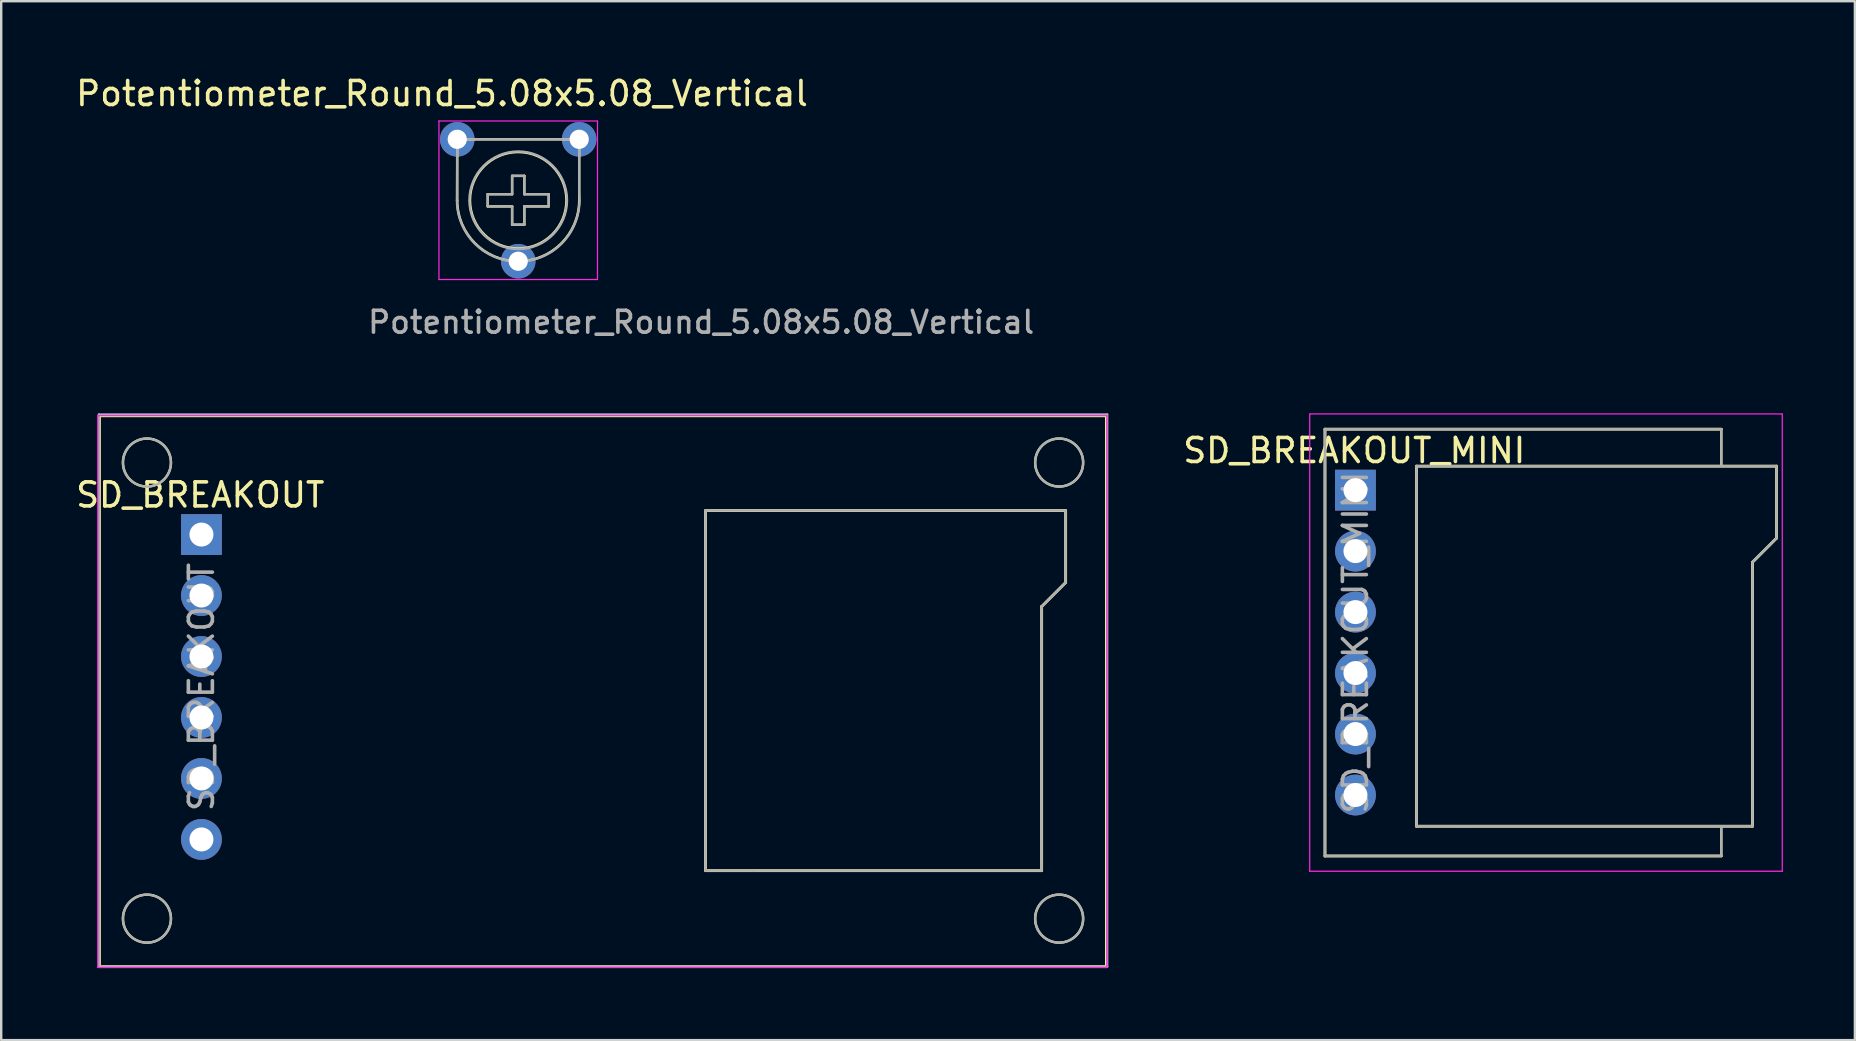
<source format=kicad_pcb>
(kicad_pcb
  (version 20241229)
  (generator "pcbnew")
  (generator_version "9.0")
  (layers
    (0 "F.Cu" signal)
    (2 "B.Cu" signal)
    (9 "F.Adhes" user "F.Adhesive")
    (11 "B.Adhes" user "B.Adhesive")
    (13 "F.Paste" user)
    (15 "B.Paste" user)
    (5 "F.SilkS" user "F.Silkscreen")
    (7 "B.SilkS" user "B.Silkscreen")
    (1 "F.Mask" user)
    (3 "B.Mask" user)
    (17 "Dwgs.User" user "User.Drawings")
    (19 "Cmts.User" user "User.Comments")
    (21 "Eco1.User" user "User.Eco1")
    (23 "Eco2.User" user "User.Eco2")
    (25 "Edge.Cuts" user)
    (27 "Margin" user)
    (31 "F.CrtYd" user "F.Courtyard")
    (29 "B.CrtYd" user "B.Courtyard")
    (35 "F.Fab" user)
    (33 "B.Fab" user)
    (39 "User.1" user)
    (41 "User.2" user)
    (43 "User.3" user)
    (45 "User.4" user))
  (footprint "Potentiometer_Round_5.08x5.08_Vertical"
    (layer "F.Cu")
    (at 21.078 2.753)
    (property "Reference" "Potentiometer_Round_5.08x5.08_Vertical" (at -5.715 -1.905 0) (layer "F.SilkS") (effects (font (size 1 1) (thickness 0.15))))
    (attr through_hole)
    (fp_line (start -5.08 0) (end -5.08 2.54) (stroke (width 0.1) (type default)) (layer "F.SilkS"))
    (fp_line (start -3.81 2.286) (end -2.794 2.286) (stroke (width 0.1) (type default)) (layer "F.SilkS"))
    (fp_line (start -3.81 2.794) (end -3.81 2.286) (stroke (width 0.1) (type default)) (layer "F.SilkS"))
    (fp_line (start -2.794 1.524) (end -2.286 1.524) (stroke (width 0.1) (type default)) (layer "F.SilkS"))
    (fp_line (start -2.794 2.286) (end -2.794 1.524) (stroke (width 0.1) (type default)) (layer "F.SilkS"))
    (fp_line (start -2.794 2.794) (end -3.81 2.794) (stroke (width 0.1) (type default)) (layer "F.SilkS"))
    (fp_line (start -2.794 3.556) (end -2.794 2.794) (stroke (width 0.1) (type default)) (layer "F.SilkS"))
    (fp_line (start -2.286 1.524) (end -2.286 2.286) (stroke (width 0.1) (type default)) (layer "F.SilkS"))
    (fp_line (start -2.286 2.286) (end -1.27 2.286) (stroke (width 0.1) (type default)) (layer "F.SilkS"))
    (fp_line (start -2.286 2.794) (end -2.286 3.556) (stroke (width 0.1) (type default)) (layer "F.SilkS"))
    (fp_line (start -2.286 3.556) (end -2.794 3.556) (stroke (width 0.1) (type default)) (layer "F.SilkS"))
    (fp_line (start -1.27 2.286) (end -1.27 2.794) (stroke (width 0.1) (type default)) (layer "F.SilkS"))
    (fp_line (start -1.27 2.794) (end -2.286 2.794) (stroke (width 0.1) (type default)) (layer "F.SilkS"))
    (fp_line (start 0 0) (end -5.08 0) (stroke (width 0.1) (type default)) (layer "F.SilkS"))
    (fp_line (start 0 2.54) (end 0 0) (stroke (width 0.1) (type default)) (layer "F.SilkS"))
    (fp_arc (start 0 2.54) (mid -2.54 5.08) (end -5.08 2.54) (stroke (width 0.1) (type default)) (layer "F.SilkS"))
    (fp_circle (center -2.54 2.54) (end -0.635 1.905) (stroke (width 0.1) (type default)) (fill no) (layer "F.SilkS"))
    (fp_line (start -5.842 -0.762) (end 0.762 -0.762) (stroke (width 0.05) (type default)) (layer "F.CrtYd"))
    (fp_line (start -5.842 5.842) (end -5.842 -0.762) (stroke (width 0.05) (type default)) (layer "F.CrtYd"))
    (fp_line (start 0.762 -0.762) (end 0.762 5.842) (stroke (width 0.05) (type default)) (layer "F.CrtYd"))
    (fp_line (start 0.762 5.842) (end -5.842 5.842) (stroke (width 0.05) (type default)) (layer "F.CrtYd"))
    (fp_line (start -5.093 2.54) (end -5.08 0) (stroke (width 0.1) (type default)) (layer "F.Fab"))
    (fp_line (start -5.08 0) (end 0 0) (stroke (width 0.1) (type default)) (layer "F.Fab"))
    (fp_line (start -3.81 2.286) (end -2.794 2.286) (stroke (width 0.1) (type default)) (layer "F.Fab"))
    (fp_line (start -3.81 2.794) (end -3.81 2.286) (stroke (width 0.1) (type default)) (layer "F.Fab"))
    (fp_line (start -2.794 1.524) (end -2.286 1.524) (stroke (width 0.1) (type default)) (layer "F.Fab"))
    (fp_line (start -2.794 2.286) (end -2.794 1.524) (stroke (width 0.1) (type default)) (layer "F.Fab"))
    (fp_line (start -2.794 2.794) (end -3.81 2.794) (stroke (width 0.1) (type default)) (layer "F.Fab"))
    (fp_line (start -2.794 3.556) (end -2.794 2.794) (stroke (width 0.1) (type default)) (layer "F.Fab"))
    (fp_line (start -2.286 1.524) (end -2.286 2.286) (stroke (width 0.1) (type default)) (layer "F.Fab"))
    (fp_line (start -2.286 2.286) (end -1.27 2.286) (stroke (width 0.1) (type default)) (layer "F.Fab"))
    (fp_line (start -2.286 2.794) (end -2.286 3.556) (stroke (width 0.1) (type default)) (layer "F.Fab"))
    (fp_line (start -2.286 3.556) (end -2.794 3.556) (stroke (width 0.1) (type default)) (layer "F.Fab"))
    (fp_line (start -1.27 2.286) (end -1.27 2.794) (stroke (width 0.1) (type default)) (layer "F.Fab"))
    (fp_line (start -1.27 2.794) (end -2.286 2.794) (stroke (width 0.1) (type default)) (layer "F.Fab"))
    (fp_line (start 0 0) (end 0 2.286) (stroke (width 0.1) (type default)) (layer "F.Fab"))
    (fp_arc (start 0 2.286) (mid -2.412842 5.089499) (end -5.092668 2.54) (stroke (width 0.1) (type default)) (layer "F.Fab"))
    (fp_circle (center -2.54 2.54) (end -0.508 2.54) (stroke (width 0.1) (type default)) (fill no) (layer "F.Fab"))
    (fp_text user "${REFERENCE}" (at 5.08 7.62 0) (layer "F.Fab") (effects (font (size 0.91 0.91) (thickness 0.15))))
    (pad "1" thru_hole circle (at 0 0) (size 1.44 1.44) (drill 0.8) (layers "*.Cu" "*.Mask"))
    (pad "2" thru_hole circle (at -2.54 5.08) (size 1.44 1.44) (drill 0.8) (layers "*.Cu" "*.Mask"))
    (pad "3" thru_hole circle (at -5.08 0) (size 1.44 1.44) (drill 0.8) (layers "*.Cu" "*.Mask")))
  (footprint "SD_BREAKOUT_MINI"
    (layer "F.Cu")
    (at 53.416 17.369)
    (property "Reference" "SD_BREAKOUT_MINI" (at -0.05 -1.65 180) (layer "F.SilkS") (effects (font (size 1 1) (thickness 0.15))))
    (attr through_hole)
    (fp_line (start -1.27 -2.54) (end -1.27 15.24) (stroke (width 0.12) (type solid)) (layer "F.SilkS"))
    (fp_line (start -1.27 15.24) (end 15.24 15.24) (stroke (width 0.12) (type solid)) (layer "F.SilkS"))
    (fp_line (start 2.54 -1) (end 2.54 14) (stroke (width 0.12) (type solid)) (layer "F.SilkS"))
    (fp_line (start 2.54 14) (end 16.54 14) (stroke (width 0.12) (type solid)) (layer "F.SilkS"))
    (fp_line (start 15.24 -2.54) (end -1.27 -2.54) (stroke (width 0.12) (type solid)) (layer "F.SilkS"))
    (fp_line (start 15.24 -2.54) (end 15.24 -1.016) (stroke (width 0.1) (type default)) (layer "F.SilkS"))
    (fp_line (start 15.24 15.24) (end 15.24 14.021) (stroke (width 0.1) (type default)) (layer "F.SilkS"))
    (fp_line (start 16.54 3) (end 17.54 2) (stroke (width 0.12) (type solid)) (layer "F.SilkS"))
    (fp_line (start 16.54 14) (end 16.54 3) (stroke (width 0.12) (type solid)) (layer "F.SilkS"))
    (fp_line (start 17.54 -1) (end 2.54 -1) (stroke (width 0.12) (type solid)) (layer "F.SilkS"))
    (fp_line (start 17.54 2) (end 17.54 -1) (stroke (width 0.12) (type solid)) (layer "F.SilkS"))
    (fp_line (start -1.905 -3.175) (end -1.905 15.875) (stroke (width 0.05) (type default)) (layer "F.CrtYd"))
    (fp_line (start -1.905 15.875) (end 17.78 15.875) (stroke (width 0.05) (type default)) (layer "F.CrtYd"))
    (fp_line (start 17.78 -3.175) (end -1.905 -3.175) (stroke (width 0.05) (type default)) (layer "F.CrtYd"))
    (fp_line (start 17.78 15.875) (end 17.78 -3.175) (stroke (width 0.05) (type default)) (layer "F.CrtYd"))
    (fp_line (start -1.27 -2.54) (end 15.24 -2.54) (stroke (width 0.1) (type default)) (layer "F.Fab"))
    (fp_line (start -1.27 15.24) (end -1.27 -2.54) (stroke (width 0.1) (type default)) (layer "F.Fab"))
    (fp_line (start -1.27 15.24) (end 15.24 15.24) (stroke (width 0.1) (type default)) (layer "F.Fab"))
    (fp_line (start 2.54 -1) (end 17.54 -1) (stroke (width 0.1) (type solid)) (layer "F.Fab"))
    (fp_line (start 2.54 14) (end 2.54 -1) (stroke (width 0.1) (type solid)) (layer "F.Fab"))
    (fp_line (start 4.54 14) (end 2.54 14) (stroke (width 0.1) (type solid)) (layer "F.Fab"))
    (fp_line (start 15.24 -2.54) (end 15.24 -1.016) (stroke (width 0.1) (type default)) (layer "F.Fab"))
    (fp_line (start 15.24 15.24) (end 15.24 14.021) (stroke (width 0.1) (type default)) (layer "F.Fab"))
    (fp_line (start 16.54 3) (end 16.54 14) (stroke (width 0.1) (type solid)) (layer "F.Fab"))
    (fp_line (start 16.54 14) (end 4.54 14) (stroke (width 0.1) (type solid)) (layer "F.Fab"))
    (fp_line (start 17.54 -1) (end 17.54 2) (stroke (width 0.1) (type solid)) (layer "F.Fab"))
    (fp_line (start 17.54 2) (end 16.54 3) (stroke (width 0.1) (type solid)) (layer "F.Fab"))
    (fp_text user "${REFERENCE}" (at 0 6.35 270) (layer "F.Fab") (effects (font (size 1 1) (thickness 0.15))))
    (pad "1" thru_hole rect (at 0 0) (size 1.7 1.7) (drill 1) (layers "*.Cu" "*.Mask"))
    (pad "2" thru_hole oval (at 0 2.54) (size 1.7 1.7) (drill 1) (layers "*.Cu" "*.Mask"))
    (pad "3" thru_hole oval (at 0 5.08) (size 1.7 1.7) (drill 1) (layers "*.Cu" "*.Mask"))
    (pad "4" thru_hole oval (at 0 7.62) (size 1.7 1.7) (drill 1) (layers "*.Cu" "*.Mask"))
    (pad "5" thru_hole oval (at 0 10.16) (size 1.7 1.7) (drill 1) (layers "*.Cu" "*.Mask"))
    (pad "6" thru_hole oval (at 0 12.7) (size 1.7 1.7) (drill 1) (layers "*.Cu" "*.Mask")))
  (footprint "SD_BREAKOUT"
    (layer "F.Cu")
    (at 5.342 19.219)
    (property "Reference" "SD_BREAKOUT" (at -0.05 -1.65 180) (layer "F.SilkS") (effects (font (size 1 1) (thickness 0.15))))
    (attr through_hole)
    (fp_line (start -4.25 -4.95) (end -4.25 18) (stroke (width 0.12) (type solid)) (layer "F.SilkS"))
    (fp_line (start -4.25 18) (end 37.7 18) (stroke (width 0.12) (type solid)) (layer "F.SilkS"))
    (fp_line (start 21 -1) (end 21 14) (stroke (width 0.12) (type solid)) (layer "F.SilkS"))
    (fp_line (start 21 14) (end 35 14) (stroke (width 0.12) (type solid)) (layer "F.SilkS"))
    (fp_line (start 35 3) (end 36 2) (stroke (width 0.12) (type solid)) (layer "F.SilkS"))
    (fp_line (start 35 14) (end 35 3) (stroke (width 0.12) (type solid)) (layer "F.SilkS"))
    (fp_line (start 36 -1) (end 21 -1) (stroke (width 0.12) (type solid)) (layer "F.SilkS"))
    (fp_line (start 36 2) (end 36 -1) (stroke (width 0.12) (type solid)) (layer "F.SilkS"))
    (fp_line (start 37.7 -4.95) (end -4.25 -4.95) (stroke (width 0.12) (type solid)) (layer "F.SilkS"))
    (fp_line (start 37.7 18) (end 37.7 -4.95) (stroke (width 0.12) (type solid)) (layer "F.SilkS"))
    (fp_circle (center -2.27 -3) (end -1.27 -3) (stroke (width 0.1) (type solid)) (fill no) (layer "F.SilkS"))
    (fp_circle (center -2.27 16) (end -1.27 16) (stroke (width 0.1) (type solid)) (fill no) (layer "F.SilkS"))
    (fp_circle (center 35.73 -3) (end 36.73 -3) (stroke (width 0.1) (type solid)) (fill no) (layer "F.SilkS"))
    (fp_circle (center 35.73 16) (end 36.73 16) (stroke (width 0.1) (type solid)) (fill no) (layer "F.SilkS"))
    (fp_line (start -4.318 -4.953) (end -4.318 18.034) (stroke (width 0.05) (type solid)) (layer "F.CrtYd"))
    (fp_line (start -4.318 18.034) (end 37.719 18.034) (stroke (width 0.05) (type solid)) (layer "F.CrtYd"))
    (fp_line (start 37.719 -4.953) (end -4.318 -4.953) (stroke (width 0.05) (type solid)) (layer "F.CrtYd"))
    (fp_line (start 37.719 18.034) (end 37.719 -4.953) (stroke (width 0.05) (type solid)) (layer "F.CrtYd"))
    (fp_line (start -4.27 -5) (end 37.73 -5) (stroke (width 0.1) (type solid)) (layer "F.Fab"))
    (fp_line (start -4.27 18) (end -4.27 -5) (stroke (width 0.1) (type solid)) (layer "F.Fab"))
    (fp_line (start 21 -1) (end 36 -1) (stroke (width 0.1) (type solid)) (layer "F.Fab"))
    (fp_line (start 21 14) (end 21 -1) (stroke (width 0.1) (type solid)) (layer "F.Fab"))
    (fp_line (start 23 14) (end 21 14) (stroke (width 0.1) (type solid)) (layer "F.Fab"))
    (fp_line (start 35 3) (end 35 14) (stroke (width 0.1) (type solid)) (layer "F.Fab"))
    (fp_line (start 35 14) (end 23 14) (stroke (width 0.1) (type solid)) (layer "F.Fab"))
    (fp_line (start 36 -1) (end 36 2) (stroke (width 0.1) (type solid)) (layer "F.Fab"))
    (fp_line (start 36 2) (end 35 3) (stroke (width 0.1) (type solid)) (layer "F.Fab"))
    (fp_line (start 37.73 -5) (end 37.73 18) (stroke (width 0.1) (type solid)) (layer "F.Fab"))
    (fp_line (start 37.73 18) (end -4.27 18) (stroke (width 0.1) (type solid)) (layer "F.Fab"))
    (fp_circle (center -2.27 -3) (end -2.27 -4) (stroke (width 0.1) (type solid)) (fill no) (layer "F.Fab"))
    (fp_circle (center -2.27 16) (end -2.27 17) (stroke (width 0.1) (type solid)) (fill no) (layer "F.Fab"))
    (fp_circle (center 35.73 -3) (end 34.73 -3) (stroke (width 0.1) (type solid)) (fill no) (layer "F.Fab"))
    (fp_circle (center 35.73 16) (end 35.73 15) (stroke (width 0.1) (type solid)) (fill no) (layer "F.Fab"))
    (fp_text user "${REFERENCE}" (at 0 6.35 270) (layer "F.Fab") (effects (font (size 1 1) (thickness 0.15))))
    (pad "1" thru_hole rect (at 0 0) (size 1.7 1.7) (drill 1) (layers "*.Cu" "*.Mask"))
    (pad "2" thru_hole oval (at 0 2.54) (size 1.7 1.7) (drill 1) (layers "*.Cu" "*.Mask"))
    (pad "3" thru_hole oval (at 0 5.08) (size 1.7 1.7) (drill 1) (layers "*.Cu" "*.Mask"))
    (pad "4" thru_hole oval (at 0 7.62) (size 1.7 1.7) (drill 1) (layers "*.Cu" "*.Mask"))
    (pad "5" thru_hole oval (at 0 10.16) (size 1.7 1.7) (drill 1) (layers "*.Cu" "*.Mask"))
    (pad "6" thru_hole oval (at 0 12.7) (size 1.7 1.7) (drill 1) (layers "*.Cu" "*.Mask")))
  (gr_rect
    (start -3 -3)
    (end 74.221 40.279)
    (stroke (width 0.1) (type default))
    (fill no)
    (layer "Edge.Cuts")))
</source>
